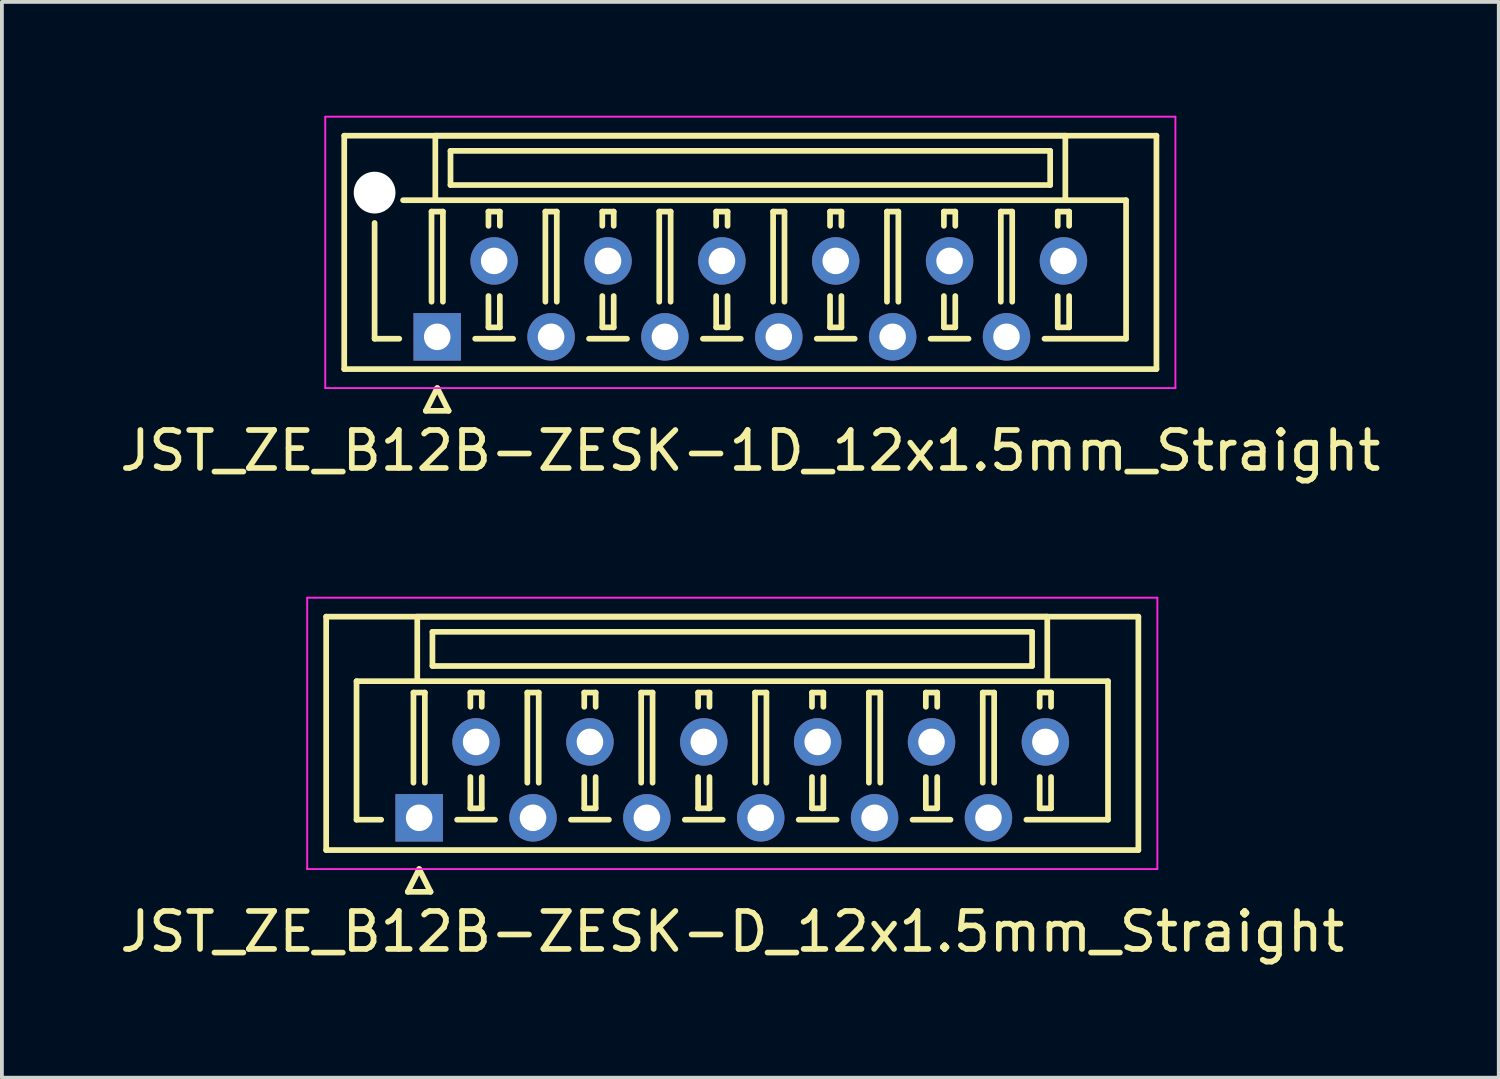
<source format=kicad_pcb>
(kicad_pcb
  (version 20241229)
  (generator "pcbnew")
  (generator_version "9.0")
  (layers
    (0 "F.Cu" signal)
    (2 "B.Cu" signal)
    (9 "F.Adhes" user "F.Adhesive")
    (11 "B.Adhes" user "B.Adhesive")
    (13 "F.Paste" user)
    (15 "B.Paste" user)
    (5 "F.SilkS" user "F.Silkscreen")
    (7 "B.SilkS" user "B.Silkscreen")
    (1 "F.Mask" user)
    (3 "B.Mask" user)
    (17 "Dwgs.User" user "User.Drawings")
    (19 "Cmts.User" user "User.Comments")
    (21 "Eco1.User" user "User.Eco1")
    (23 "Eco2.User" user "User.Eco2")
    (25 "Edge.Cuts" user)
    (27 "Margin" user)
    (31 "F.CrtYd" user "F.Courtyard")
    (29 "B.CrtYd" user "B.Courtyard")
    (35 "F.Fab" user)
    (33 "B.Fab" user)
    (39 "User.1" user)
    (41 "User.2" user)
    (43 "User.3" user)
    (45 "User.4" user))
  (footprint "JST_ZE_B12B-ZESK-1D_12x1.5mm_Straight"
    (layer "F.Cu")
    (at 8.47 5.825)
    (property "Reference" "JST_ZE_B12B-ZESK-1D_12x1.5mm_Straight" (at 8.25 3 0) (layer "F.SilkS") (effects (font (size 1 1) (thickness 0.15))))
    (attr through_hole)
    (fp_line (start -2.45 -5.3) (end -2.45 0.85) (stroke (width 0.15) (type solid)) (layer "F.SilkS"))
    (fp_line (start -2.45 0.85) (end 18.95 0.85) (stroke (width 0.15) (type solid)) (layer "F.SilkS"))
    (fp_line (start -1.65 -3) (end -1.65 0.05) (stroke (width 0.15) (type solid)) (layer "F.SilkS"))
    (fp_line (start -1.65 0.05) (end -1 0.05) (stroke (width 0.15) (type solid)) (layer "F.SilkS"))
    (fp_line (start -0.3 1.95) (end 0 1.35) (stroke (width 0.15) (type solid)) (layer "F.SilkS"))
    (fp_line (start -0.15 -3.3) (end 0.15 -3.3) (stroke (width 0.15) (type solid)) (layer "F.SilkS"))
    (fp_line (start -0.15 -0.925) (end -0.15 -3.3) (stroke (width 0.15) (type solid)) (layer "F.SilkS"))
    (fp_line (start -0.05 -5.3) (end -0.05 -3.6) (stroke (width 0.15) (type solid)) (layer "F.SilkS"))
    (fp_line (start -0.05 -3.6) (end -0.9 -3.6) (stroke (width 0.15) (type solid)) (layer "F.SilkS"))
    (fp_line (start -0.05 -3.6) (end 16.55 -3.6) (stroke (width 0.15) (type solid)) (layer "F.SilkS"))
    (fp_line (start 0 1.35) (end 0.3 1.95) (stroke (width 0.15) (type solid)) (layer "F.SilkS"))
    (fp_line (start 0.15 -3.3) (end 0.15 -0.925) (stroke (width 0.15) (type solid)) (layer "F.SilkS"))
    (fp_line (start 0.3 1.95) (end -0.3 1.95) (stroke (width 0.15) (type solid)) (layer "F.SilkS"))
    (fp_line (start 0.35 -4.9) (end 0.35 -4) (stroke (width 0.15) (type solid)) (layer "F.SilkS"))
    (fp_line (start 0.35 -4) (end 16.15 -4) (stroke (width 0.15) (type solid)) (layer "F.SilkS"))
    (fp_line (start 1 0.05) (end 2 0.05) (stroke (width 0.15) (type solid)) (layer "F.SilkS"))
    (fp_line (start 1.35 -3.3) (end 1.65 -3.3) (stroke (width 0.15) (type solid)) (layer "F.SilkS"))
    (fp_line (start 1.35 -2.925) (end 1.35 -3.3) (stroke (width 0.15) (type solid)) (layer "F.SilkS"))
    (fp_line (start 1.35 -1.075) (end 1.35 -0.25) (stroke (width 0.15) (type solid)) (layer "F.SilkS"))
    (fp_line (start 1.35 -0.25) (end 1.65 -0.25) (stroke (width 0.15) (type solid)) (layer "F.SilkS"))
    (fp_line (start 1.65 -3.3) (end 1.65 -2.925) (stroke (width 0.15) (type solid)) (layer "F.SilkS"))
    (fp_line (start 1.65 -0.25) (end 1.65 -1.075) (stroke (width 0.15) (type solid)) (layer "F.SilkS"))
    (fp_line (start 2.85 -3.3) (end 3.15 -3.3) (stroke (width 0.15) (type solid)) (layer "F.SilkS"))
    (fp_line (start 2.85 -0.925) (end 2.85 -3.3) (stroke (width 0.15) (type solid)) (layer "F.SilkS"))
    (fp_line (start 3.15 -3.3) (end 3.15 -0.925) (stroke (width 0.15) (type solid)) (layer "F.SilkS"))
    (fp_line (start 4 0.05) (end 5 0.05) (stroke (width 0.15) (type solid)) (layer "F.SilkS"))
    (fp_line (start 4.35 -3.3) (end 4.65 -3.3) (stroke (width 0.15) (type solid)) (layer "F.SilkS"))
    (fp_line (start 4.35 -2.925) (end 4.35 -3.3) (stroke (width 0.15) (type solid)) (layer "F.SilkS"))
    (fp_line (start 4.35 -1.075) (end 4.35 -0.25) (stroke (width 0.15) (type solid)) (layer "F.SilkS"))
    (fp_line (start 4.35 -0.25) (end 4.65 -0.25) (stroke (width 0.15) (type solid)) (layer "F.SilkS"))
    (fp_line (start 4.65 -3.3) (end 4.65 -2.925) (stroke (width 0.15) (type solid)) (layer "F.SilkS"))
    (fp_line (start 4.65 -0.25) (end 4.65 -1.075) (stroke (width 0.15) (type solid)) (layer "F.SilkS"))
    (fp_line (start 5.85 -3.3) (end 6.15 -3.3) (stroke (width 0.15) (type solid)) (layer "F.SilkS"))
    (fp_line (start 5.85 -0.925) (end 5.85 -3.3) (stroke (width 0.15) (type solid)) (layer "F.SilkS"))
    (fp_line (start 6.15 -3.3) (end 6.15 -0.925) (stroke (width 0.15) (type solid)) (layer "F.SilkS"))
    (fp_line (start 7 0.05) (end 8 0.05) (stroke (width 0.15) (type solid)) (layer "F.SilkS"))
    (fp_line (start 7.35 -3.3) (end 7.65 -3.3) (stroke (width 0.15) (type solid)) (layer "F.SilkS"))
    (fp_line (start 7.35 -2.925) (end 7.35 -3.3) (stroke (width 0.15) (type solid)) (layer "F.SilkS"))
    (fp_line (start 7.35 -1.075) (end 7.35 -0.25) (stroke (width 0.15) (type solid)) (layer "F.SilkS"))
    (fp_line (start 7.35 -0.25) (end 7.65 -0.25) (stroke (width 0.15) (type solid)) (layer "F.SilkS"))
    (fp_line (start 7.65 -3.3) (end 7.65 -2.925) (stroke (width 0.15) (type solid)) (layer "F.SilkS"))
    (fp_line (start 7.65 -0.25) (end 7.65 -1.075) (stroke (width 0.15) (type solid)) (layer "F.SilkS"))
    (fp_line (start 8.85 -3.3) (end 9.15 -3.3) (stroke (width 0.15) (type solid)) (layer "F.SilkS"))
    (fp_line (start 8.85 -0.925) (end 8.85 -3.3) (stroke (width 0.15) (type solid)) (layer "F.SilkS"))
    (fp_line (start 9.15 -3.3) (end 9.15 -0.925) (stroke (width 0.15) (type solid)) (layer "F.SilkS"))
    (fp_line (start 10 0.05) (end 11 0.05) (stroke (width 0.15) (type solid)) (layer "F.SilkS"))
    (fp_line (start 10.35 -3.3) (end 10.65 -3.3) (stroke (width 0.15) (type solid)) (layer "F.SilkS"))
    (fp_line (start 10.35 -2.925) (end 10.35 -3.3) (stroke (width 0.15) (type solid)) (layer "F.SilkS"))
    (fp_line (start 10.35 -1.075) (end 10.35 -0.25) (stroke (width 0.15) (type solid)) (layer "F.SilkS"))
    (fp_line (start 10.35 -0.25) (end 10.65 -0.25) (stroke (width 0.15) (type solid)) (layer "F.SilkS"))
    (fp_line (start 10.65 -3.3) (end 10.65 -2.925) (stroke (width 0.15) (type solid)) (layer "F.SilkS"))
    (fp_line (start 10.65 -0.25) (end 10.65 -1.075) (stroke (width 0.15) (type solid)) (layer "F.SilkS"))
    (fp_line (start 11.85 -3.3) (end 12.15 -3.3) (stroke (width 0.15) (type solid)) (layer "F.SilkS"))
    (fp_line (start 11.85 -0.925) (end 11.85 -3.3) (stroke (width 0.15) (type solid)) (layer "F.SilkS"))
    (fp_line (start 12.15 -3.3) (end 12.15 -0.925) (stroke (width 0.15) (type solid)) (layer "F.SilkS"))
    (fp_line (start 13 0.05) (end 14 0.05) (stroke (width 0.15) (type solid)) (layer "F.SilkS"))
    (fp_line (start 13.35 -3.3) (end 13.65 -3.3) (stroke (width 0.15) (type solid)) (layer "F.SilkS"))
    (fp_line (start 13.35 -2.925) (end 13.35 -3.3) (stroke (width 0.15) (type solid)) (layer "F.SilkS"))
    (fp_line (start 13.35 -1.075) (end 13.35 -0.25) (stroke (width 0.15) (type solid)) (layer "F.SilkS"))
    (fp_line (start 13.35 -0.25) (end 13.65 -0.25) (stroke (width 0.15) (type solid)) (layer "F.SilkS"))
    (fp_line (start 13.65 -3.3) (end 13.65 -2.925) (stroke (width 0.15) (type solid)) (layer "F.SilkS"))
    (fp_line (start 13.65 -0.25) (end 13.65 -1.075) (stroke (width 0.15) (type solid)) (layer "F.SilkS"))
    (fp_line (start 14.85 -3.3) (end 15.15 -3.3) (stroke (width 0.15) (type solid)) (layer "F.SilkS"))
    (fp_line (start 14.85 -0.925) (end 14.85 -3.3) (stroke (width 0.15) (type solid)) (layer "F.SilkS"))
    (fp_line (start 15.15 -3.3) (end 15.15 -0.925) (stroke (width 0.15) (type solid)) (layer "F.SilkS"))
    (fp_line (start 16.15 -4.9) (end 0.35 -4.9) (stroke (width 0.15) (type solid)) (layer "F.SilkS"))
    (fp_line (start 16.15 -4) (end 16.15 -4.9) (stroke (width 0.15) (type solid)) (layer "F.SilkS"))
    (fp_line (start 16.35 -3.3) (end 16.65 -3.3) (stroke (width 0.15) (type solid)) (layer "F.SilkS"))
    (fp_line (start 16.35 -2.925) (end 16.35 -3.3) (stroke (width 0.15) (type solid)) (layer "F.SilkS"))
    (fp_line (start 16.35 -1.075) (end 16.35 -0.25) (stroke (width 0.15) (type solid)) (layer "F.SilkS"))
    (fp_line (start 16.35 -0.25) (end 16.65 -0.25) (stroke (width 0.15) (type solid)) (layer "F.SilkS"))
    (fp_line (start 16.55 -5.3) (end -0.05 -5.3) (stroke (width 0.15) (type solid)) (layer "F.SilkS"))
    (fp_line (start 16.55 -3.6) (end 16.55 -5.3) (stroke (width 0.15) (type solid)) (layer "F.SilkS"))
    (fp_line (start 16.55 -3.6) (end 18.15 -3.6) (stroke (width 0.15) (type solid)) (layer "F.SilkS"))
    (fp_line (start 16.65 -3.3) (end 16.65 -2.925) (stroke (width 0.15) (type solid)) (layer "F.SilkS"))
    (fp_line (start 16.65 -0.25) (end 16.65 -1.075) (stroke (width 0.15) (type solid)) (layer "F.SilkS"))
    (fp_line (start 18.15 -3.6) (end 18.15 0.05) (stroke (width 0.15) (type solid)) (layer "F.SilkS"))
    (fp_line (start 18.15 0.05) (end 16 0.05) (stroke (width 0.15) (type solid)) (layer "F.SilkS"))
    (fp_line (start 18.95 -5.3) (end -2.45 -5.3) (stroke (width 0.15) (type solid)) (layer "F.SilkS"))
    (fp_line (start 18.95 0.85) (end 18.95 -5.3) (stroke (width 0.15) (type solid)) (layer "F.SilkS"))
    (fp_line (start -2.95 -5.8) (end -2.95 1.35) (stroke (width 0.05) (type solid)) (layer "F.CrtYd"))
    (fp_line (start -2.95 1.35) (end 19.45 1.35) (stroke (width 0.05) (type solid)) (layer "F.CrtYd"))
    (fp_line (start 19.45 -5.8) (end -2.95 -5.8) (stroke (width 0.05) (type solid)) (layer "F.CrtYd"))
    (fp_line (start 19.45 1.35) (end 19.45 -5.8) (stroke (width 0.05) (type solid)) (layer "F.CrtYd"))
    (pad "" np_thru_hole circle (at -1.65 -3.8) (size 1.1 1.1) (drill 1.1) (layers "*.Cu"))
    (pad "1" thru_hole rect (at 0 0) (size 1.25 1.25) (drill 0.7) (layers "*.Cu" "*.Mask"))
    (pad "2" thru_hole circle (at 1.5 -2) (size 1.25 1.25) (drill 0.7) (layers "*.Cu" "*.Mask"))
    (pad "3" thru_hole circle (at 3 0) (size 1.25 1.25) (drill 0.7) (layers "*.Cu" "*.Mask"))
    (pad "4" thru_hole circle (at 4.5 -2) (size 1.25 1.25) (drill 0.7) (layers "*.Cu" "*.Mask"))
    (pad "5" thru_hole circle (at 6 0) (size 1.25 1.25) (drill 0.7) (layers "*.Cu" "*.Mask"))
    (pad "6" thru_hole circle (at 7.5 -2) (size 1.25 1.25) (drill 0.7) (layers "*.Cu" "*.Mask"))
    (pad "7" thru_hole circle (at 9 0) (size 1.25 1.25) (drill 0.7) (layers "*.Cu" "*.Mask"))
    (pad "8" thru_hole circle (at 10.5 -2) (size 1.25 1.25) (drill 0.7) (layers "*.Cu" "*.Mask"))
    (pad "9" thru_hole circle (at 12 0) (size 1.25 1.25) (drill 0.7) (layers "*.Cu" "*.Mask"))
    (pad "10" thru_hole circle (at 13.5 -2) (size 1.25 1.25) (drill 0.7) (layers "*.Cu" "*.Mask"))
    (pad "11" thru_hole circle (at 15 0) (size 1.25 1.25) (drill 0.7) (layers "*.Cu" "*.Mask"))
    (pad "12" thru_hole circle (at 16.5 -2) (size 1.25 1.25) (drill 0.7) (layers "*.Cu" "*.Mask")))
  (footprint "JST_ZE_B12B-ZESK-D_12x1.5mm_Straight"
    (layer "F.Cu")
    (at 7.994 18.498)
    (property "Reference" "JST_ZE_B12B-ZESK-D_12x1.5mm_Straight" (at 8.25 3 0) (layer "F.SilkS") (effects (font (size 1 1) (thickness 0.15))))
    (attr through_hole)
    (fp_line (start -2.45 -5.3) (end -2.45 0.85) (stroke (width 0.15) (type solid)) (layer "F.SilkS"))
    (fp_line (start -2.45 0.85) (end 18.95 0.85) (stroke (width 0.15) (type solid)) (layer "F.SilkS"))
    (fp_line (start -1.65 -3.6) (end -1.65 0.05) (stroke (width 0.15) (type solid)) (layer "F.SilkS"))
    (fp_line (start -1.65 0.05) (end -1 0.05) (stroke (width 0.15) (type solid)) (layer "F.SilkS"))
    (fp_line (start -0.3 1.95) (end 0 1.35) (stroke (width 0.15) (type solid)) (layer "F.SilkS"))
    (fp_line (start -0.15 -3.3) (end 0.15 -3.3) (stroke (width 0.15) (type solid)) (layer "F.SilkS"))
    (fp_line (start -0.15 -0.925) (end -0.15 -3.3) (stroke (width 0.15) (type solid)) (layer "F.SilkS"))
    (fp_line (start -0.05 -5.3) (end -0.05 -3.6) (stroke (width 0.15) (type solid)) (layer "F.SilkS"))
    (fp_line (start -0.05 -3.6) (end -1.65 -3.6) (stroke (width 0.15) (type solid)) (layer "F.SilkS"))
    (fp_line (start -0.05 -3.6) (end 16.55 -3.6) (stroke (width 0.15) (type solid)) (layer "F.SilkS"))
    (fp_line (start 0 1.35) (end 0.3 1.95) (stroke (width 0.15) (type solid)) (layer "F.SilkS"))
    (fp_line (start 0.15 -3.3) (end 0.15 -0.925) (stroke (width 0.15) (type solid)) (layer "F.SilkS"))
    (fp_line (start 0.3 1.95) (end -0.3 1.95) (stroke (width 0.15) (type solid)) (layer "F.SilkS"))
    (fp_line (start 0.35 -4.9) (end 0.35 -4) (stroke (width 0.15) (type solid)) (layer "F.SilkS"))
    (fp_line (start 0.35 -4) (end 16.15 -4) (stroke (width 0.15) (type solid)) (layer "F.SilkS"))
    (fp_line (start 1 0.05) (end 2 0.05) (stroke (width 0.15) (type solid)) (layer "F.SilkS"))
    (fp_line (start 1.35 -3.3) (end 1.65 -3.3) (stroke (width 0.15) (type solid)) (layer "F.SilkS"))
    (fp_line (start 1.35 -2.925) (end 1.35 -3.3) (stroke (width 0.15) (type solid)) (layer "F.SilkS"))
    (fp_line (start 1.35 -1.075) (end 1.35 -0.25) (stroke (width 0.15) (type solid)) (layer "F.SilkS"))
    (fp_line (start 1.35 -0.25) (end 1.65 -0.25) (stroke (width 0.15) (type solid)) (layer "F.SilkS"))
    (fp_line (start 1.65 -3.3) (end 1.65 -2.925) (stroke (width 0.15) (type solid)) (layer "F.SilkS"))
    (fp_line (start 1.65 -0.25) (end 1.65 -1.075) (stroke (width 0.15) (type solid)) (layer "F.SilkS"))
    (fp_line (start 2.85 -3.3) (end 3.15 -3.3) (stroke (width 0.15) (type solid)) (layer "F.SilkS"))
    (fp_line (start 2.85 -0.925) (end 2.85 -3.3) (stroke (width 0.15) (type solid)) (layer "F.SilkS"))
    (fp_line (start 3.15 -3.3) (end 3.15 -0.925) (stroke (width 0.15) (type solid)) (layer "F.SilkS"))
    (fp_line (start 4 0.05) (end 5 0.05) (stroke (width 0.15) (type solid)) (layer "F.SilkS"))
    (fp_line (start 4.35 -3.3) (end 4.65 -3.3) (stroke (width 0.15) (type solid)) (layer "F.SilkS"))
    (fp_line (start 4.35 -2.925) (end 4.35 -3.3) (stroke (width 0.15) (type solid)) (layer "F.SilkS"))
    (fp_line (start 4.35 -1.075) (end 4.35 -0.25) (stroke (width 0.15) (type solid)) (layer "F.SilkS"))
    (fp_line (start 4.35 -0.25) (end 4.65 -0.25) (stroke (width 0.15) (type solid)) (layer "F.SilkS"))
    (fp_line (start 4.65 -3.3) (end 4.65 -2.925) (stroke (width 0.15) (type solid)) (layer "F.SilkS"))
    (fp_line (start 4.65 -0.25) (end 4.65 -1.075) (stroke (width 0.15) (type solid)) (layer "F.SilkS"))
    (fp_line (start 5.85 -3.3) (end 6.15 -3.3) (stroke (width 0.15) (type solid)) (layer "F.SilkS"))
    (fp_line (start 5.85 -0.925) (end 5.85 -3.3) (stroke (width 0.15) (type solid)) (layer "F.SilkS"))
    (fp_line (start 6.15 -3.3) (end 6.15 -0.925) (stroke (width 0.15) (type solid)) (layer "F.SilkS"))
    (fp_line (start 7 0.05) (end 8 0.05) (stroke (width 0.15) (type solid)) (layer "F.SilkS"))
    (fp_line (start 7.35 -3.3) (end 7.65 -3.3) (stroke (width 0.15) (type solid)) (layer "F.SilkS"))
    (fp_line (start 7.35 -2.925) (end 7.35 -3.3) (stroke (width 0.15) (type solid)) (layer "F.SilkS"))
    (fp_line (start 7.35 -1.075) (end 7.35 -0.25) (stroke (width 0.15) (type solid)) (layer "F.SilkS"))
    (fp_line (start 7.35 -0.25) (end 7.65 -0.25) (stroke (width 0.15) (type solid)) (layer "F.SilkS"))
    (fp_line (start 7.65 -3.3) (end 7.65 -2.925) (stroke (width 0.15) (type solid)) (layer "F.SilkS"))
    (fp_line (start 7.65 -0.25) (end 7.65 -1.075) (stroke (width 0.15) (type solid)) (layer "F.SilkS"))
    (fp_line (start 8.85 -3.3) (end 9.15 -3.3) (stroke (width 0.15) (type solid)) (layer "F.SilkS"))
    (fp_line (start 8.85 -0.925) (end 8.85 -3.3) (stroke (width 0.15) (type solid)) (layer "F.SilkS"))
    (fp_line (start 9.15 -3.3) (end 9.15 -0.925) (stroke (width 0.15) (type solid)) (layer "F.SilkS"))
    (fp_line (start 10 0.05) (end 11 0.05) (stroke (width 0.15) (type solid)) (layer "F.SilkS"))
    (fp_line (start 10.35 -3.3) (end 10.65 -3.3) (stroke (width 0.15) (type solid)) (layer "F.SilkS"))
    (fp_line (start 10.35 -2.925) (end 10.35 -3.3) (stroke (width 0.15) (type solid)) (layer "F.SilkS"))
    (fp_line (start 10.35 -1.075) (end 10.35 -0.25) (stroke (width 0.15) (type solid)) (layer "F.SilkS"))
    (fp_line (start 10.35 -0.25) (end 10.65 -0.25) (stroke (width 0.15) (type solid)) (layer "F.SilkS"))
    (fp_line (start 10.65 -3.3) (end 10.65 -2.925) (stroke (width 0.15) (type solid)) (layer "F.SilkS"))
    (fp_line (start 10.65 -0.25) (end 10.65 -1.075) (stroke (width 0.15) (type solid)) (layer "F.SilkS"))
    (fp_line (start 11.85 -3.3) (end 12.15 -3.3) (stroke (width 0.15) (type solid)) (layer "F.SilkS"))
    (fp_line (start 11.85 -0.925) (end 11.85 -3.3) (stroke (width 0.15) (type solid)) (layer "F.SilkS"))
    (fp_line (start 12.15 -3.3) (end 12.15 -0.925) (stroke (width 0.15) (type solid)) (layer "F.SilkS"))
    (fp_line (start 13 0.05) (end 14 0.05) (stroke (width 0.15) (type solid)) (layer "F.SilkS"))
    (fp_line (start 13.35 -3.3) (end 13.65 -3.3) (stroke (width 0.15) (type solid)) (layer "F.SilkS"))
    (fp_line (start 13.35 -2.925) (end 13.35 -3.3) (stroke (width 0.15) (type solid)) (layer "F.SilkS"))
    (fp_line (start 13.35 -1.075) (end 13.35 -0.25) (stroke (width 0.15) (type solid)) (layer "F.SilkS"))
    (fp_line (start 13.35 -0.25) (end 13.65 -0.25) (stroke (width 0.15) (type solid)) (layer "F.SilkS"))
    (fp_line (start 13.65 -3.3) (end 13.65 -2.925) (stroke (width 0.15) (type solid)) (layer "F.SilkS"))
    (fp_line (start 13.65 -0.25) (end 13.65 -1.075) (stroke (width 0.15) (type solid)) (layer "F.SilkS"))
    (fp_line (start 14.85 -3.3) (end 15.15 -3.3) (stroke (width 0.15) (type solid)) (layer "F.SilkS"))
    (fp_line (start 14.85 -0.925) (end 14.85 -3.3) (stroke (width 0.15) (type solid)) (layer "F.SilkS"))
    (fp_line (start 15.15 -3.3) (end 15.15 -0.925) (stroke (width 0.15) (type solid)) (layer "F.SilkS"))
    (fp_line (start 16.15 -4.9) (end 0.35 -4.9) (stroke (width 0.15) (type solid)) (layer "F.SilkS"))
    (fp_line (start 16.15 -4) (end 16.15 -4.9) (stroke (width 0.15) (type solid)) (layer "F.SilkS"))
    (fp_line (start 16.35 -3.3) (end 16.65 -3.3) (stroke (width 0.15) (type solid)) (layer "F.SilkS"))
    (fp_line (start 16.35 -2.925) (end 16.35 -3.3) (stroke (width 0.15) (type solid)) (layer "F.SilkS"))
    (fp_line (start 16.35 -1.075) (end 16.35 -0.25) (stroke (width 0.15) (type solid)) (layer "F.SilkS"))
    (fp_line (start 16.35 -0.25) (end 16.65 -0.25) (stroke (width 0.15) (type solid)) (layer "F.SilkS"))
    (fp_line (start 16.55 -5.3) (end -0.05 -5.3) (stroke (width 0.15) (type solid)) (layer "F.SilkS"))
    (fp_line (start 16.55 -3.6) (end 16.55 -5.3) (stroke (width 0.15) (type solid)) (layer "F.SilkS"))
    (fp_line (start 16.55 -3.6) (end 18.15 -3.6) (stroke (width 0.15) (type solid)) (layer "F.SilkS"))
    (fp_line (start 16.65 -3.3) (end 16.65 -2.925) (stroke (width 0.15) (type solid)) (layer "F.SilkS"))
    (fp_line (start 16.65 -0.25) (end 16.65 -1.075) (stroke (width 0.15) (type solid)) (layer "F.SilkS"))
    (fp_line (start 18.15 -3.6) (end 18.15 0.05) (stroke (width 0.15) (type solid)) (layer "F.SilkS"))
    (fp_line (start 18.15 0.05) (end 16 0.05) (stroke (width 0.15) (type solid)) (layer "F.SilkS"))
    (fp_line (start 18.95 -5.3) (end -2.45 -5.3) (stroke (width 0.15) (type solid)) (layer "F.SilkS"))
    (fp_line (start 18.95 0.85) (end 18.95 -5.3) (stroke (width 0.15) (type solid)) (layer "F.SilkS"))
    (fp_line (start -2.95 -5.8) (end -2.95 1.35) (stroke (width 0.05) (type solid)) (layer "F.CrtYd"))
    (fp_line (start -2.95 1.35) (end 19.45 1.35) (stroke (width 0.05) (type solid)) (layer "F.CrtYd"))
    (fp_line (start 19.45 -5.8) (end -2.95 -5.8) (stroke (width 0.05) (type solid)) (layer "F.CrtYd"))
    (fp_line (start 19.45 1.35) (end 19.45 -5.8) (stroke (width 0.05) (type solid)) (layer "F.CrtYd"))
    (pad "1" thru_hole rect (at 0 0) (size 1.25 1.25) (drill 0.7) (layers "*.Cu" "*.Mask"))
    (pad "2" thru_hole circle (at 1.5 -2) (size 1.25 1.25) (drill 0.7) (layers "*.Cu" "*.Mask"))
    (pad "3" thru_hole circle (at 3 0) (size 1.25 1.25) (drill 0.7) (layers "*.Cu" "*.Mask"))
    (pad "4" thru_hole circle (at 4.5 -2) (size 1.25 1.25) (drill 0.7) (layers "*.Cu" "*.Mask"))
    (pad "5" thru_hole circle (at 6 0) (size 1.25 1.25) (drill 0.7) (layers "*.Cu" "*.Mask"))
    (pad "6" thru_hole circle (at 7.5 -2) (size 1.25 1.25) (drill 0.7) (layers "*.Cu" "*.Mask"))
    (pad "7" thru_hole circle (at 9 0) (size 1.25 1.25) (drill 0.7) (layers "*.Cu" "*.Mask"))
    (pad "8" thru_hole circle (at 10.5 -2) (size 1.25 1.25) (drill 0.7) (layers "*.Cu" "*.Mask"))
    (pad "9" thru_hole circle (at 12 0) (size 1.25 1.25) (drill 0.7) (layers "*.Cu" "*.Mask"))
    (pad "10" thru_hole circle (at 13.5 -2) (size 1.25 1.25) (drill 0.7) (layers "*.Cu" "*.Mask"))
    (pad "11" thru_hole circle (at 15 0) (size 1.25 1.25) (drill 0.7) (layers "*.Cu" "*.Mask"))
    (pad "12" thru_hole circle (at 16.5 -2) (size 1.25 1.25) (drill 0.7) (layers "*.Cu" "*.Mask")))
  (gr_rect
    (start -3 -3)
    (end 36.44 25.346)
    (stroke (width 0.1) (type default))
    (fill no)
    (layer "Edge.Cuts")))
</source>
